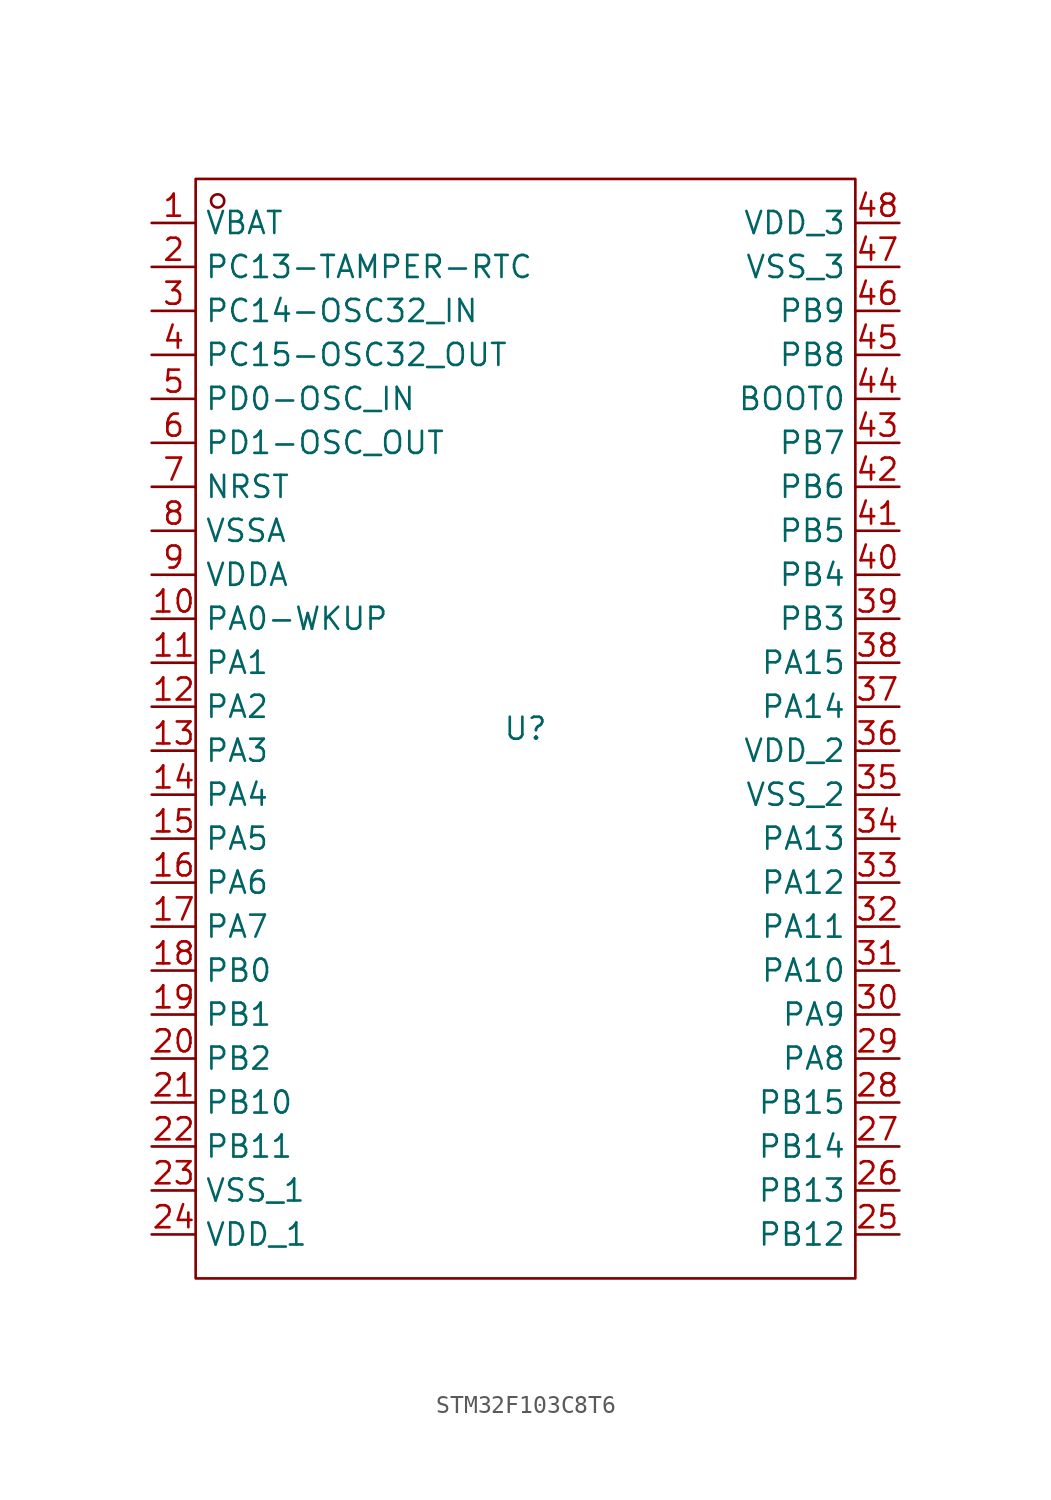
<source format=kicad_sym>
(kicad_symbol_lib
  (version 20241209)
  (generator "kicad_symbol_editor")
  (generator_version "9.0")
  (symbol "STM32F103C8T6"
    (property "Reference" "U"
      (at 0 0 0)
      (effects (font (size 1.27 1.27))))
    (property "Value" ""
      (at 0 0 0)
      (effects (font (size 1.27 1.27))))
    (symbol "STM32F103C8T6_1_0"
      (rectangle (start -19.05 -31.75) (end 19.05 31.75) (stroke (width 0) (type default)) (fill (type none)))
      (circle (center -17.78 30.48) (radius 0.381) (stroke (width 0) (type default)) (fill (type none)))
      (pin unspecified line (at -21.59 29.21 0) (length 2.54) (name "VBAT" (effects (font (size 1.27 1.27)))) (number "1" (effects (font (size 1.27 1.27)))))
      (pin unspecified line (at -21.59 26.67 0) (length 2.54) (name "PC13-TAMPER-RTC" (effects (font (size 1.27 1.27)))) (number "2" (effects (font (size 1.27 1.27)))))
      (pin unspecified line (at -21.59 24.13 0) (length 2.54) (name "PC14-OSC32_IN" (effects (font (size 1.27 1.27)))) (number "3" (effects (font (size 1.27 1.27)))))
      (pin unspecified line (at -21.59 21.59 0) (length 2.54) (name "PC15-OSC32_OUT" (effects (font (size 1.27 1.27)))) (number "4" (effects (font (size 1.27 1.27)))))
      (pin unspecified line (at -21.59 19.05 0) (length 2.54) (name "PD0-OSC_IN" (effects (font (size 1.27 1.27)))) (number "5" (effects (font (size 1.27 1.27)))))
      (pin unspecified line (at -21.59 16.51 0) (length 2.54) (name "PD1-OSC_OUT" (effects (font (size 1.27 1.27)))) (number "6" (effects (font (size 1.27 1.27)))))
      (pin unspecified line (at -21.59 13.97 0) (length 2.54) (name "NRST" (effects (font (size 1.27 1.27)))) (number "7" (effects (font (size 1.27 1.27)))))
      (pin unspecified line (at -21.59 11.43 0) (length 2.54) (name "VSSA" (effects (font (size 1.27 1.27)))) (number "8" (effects (font (size 1.27 1.27)))))
      (pin unspecified line (at -21.59 8.89 0) (length 2.54) (name "VDDA" (effects (font (size 1.27 1.27)))) (number "9" (effects (font (size 1.27 1.27)))))
      (pin unspecified line (at -21.59 6.35 0) (length 2.54) (name "PA0-WKUP" (effects (font (size 1.27 1.27)))) (number "10" (effects (font (size 1.27 1.27)))))
      (pin unspecified line (at -21.59 3.81 0) (length 2.54) (name "PA1" (effects (font (size 1.27 1.27)))) (number "11" (effects (font (size 1.27 1.27)))))
      (pin unspecified line (at -21.59 1.27 0) (length 2.54) (name "PA2" (effects (font (size 1.27 1.27)))) (number "12" (effects (font (size 1.27 1.27)))))
      (pin unspecified line (at -21.59 -1.27 0) (length 2.54) (name "PA3" (effects (font (size 1.27 1.27)))) (number "13" (effects (font (size 1.27 1.27)))))
      (pin unspecified line (at -21.59 -3.81 0) (length 2.54) (name "PA4" (effects (font (size 1.27 1.27)))) (number "14" (effects (font (size 1.27 1.27)))))
      (pin unspecified line (at -21.59 -6.35 0) (length 2.54) (name "PA5" (effects (font (size 1.27 1.27)))) (number "15" (effects (font (size 1.27 1.27)))))
      (pin unspecified line (at -21.59 -8.89 0) (length 2.54) (name "PA6" (effects (font (size 1.27 1.27)))) (number "16" (effects (font (size 1.27 1.27)))))
      (pin unspecified line (at -21.59 -11.43 0) (length 2.54) (name "PA7" (effects (font (size 1.27 1.27)))) (number "17" (effects (font (size 1.27 1.27)))))
      (pin unspecified line (at -21.59 -13.97 0) (length 2.54) (name "PB0" (effects (font (size 1.27 1.27)))) (number "18" (effects (font (size 1.27 1.27)))))
      (pin unspecified line (at -21.59 -16.51 0) (length 2.54) (name "PB1" (effects (font (size 1.27 1.27)))) (number "19" (effects (font (size 1.27 1.27)))))
      (pin unspecified line (at -21.59 -19.05 0) (length 2.54) (name "PB2" (effects (font (size 1.27 1.27)))) (number "20" (effects (font (size 1.27 1.27)))))
      (pin unspecified line (at -21.59 -21.59 0) (length 2.54) (name "PB10" (effects (font (size 1.27 1.27)))) (number "21" (effects (font (size 1.27 1.27)))))
      (pin unspecified line (at -21.59 -24.13 0) (length 2.54) (name "PB11" (effects (font (size 1.27 1.27)))) (number "22" (effects (font (size 1.27 1.27)))))
      (pin unspecified line (at -21.59 -26.67 0) (length 2.54) (name "VSS_1" (effects (font (size 1.27 1.27)))) (number "23" (effects (font (size 1.27 1.27)))))
      (pin unspecified line (at -21.59 -29.21 0) (length 2.54) (name "VDD_1" (effects (font (size 1.27 1.27)))) (number "24" (effects (font (size 1.27 1.27)))))
      (pin unspecified line (at 21.59 29.21 180) (length 2.54) (name "VDD_3" (effects (font (size 1.27 1.27)))) (number "48" (effects (font (size 1.27 1.27)))))
      (pin unspecified line (at 21.59 26.67 180) (length 2.54) (name "VSS_3" (effects (font (size 1.27 1.27)))) (number "47" (effects (font (size 1.27 1.27)))))
      (pin unspecified line (at 21.59 24.13 180) (length 2.54) (name "PB9" (effects (font (size 1.27 1.27)))) (number "46" (effects (font (size 1.27 1.27)))))
      (pin unspecified line (at 21.59 21.59 180) (length 2.54) (name "PB8" (effects (font (size 1.27 1.27)))) (number "45" (effects (font (size 1.27 1.27)))))
      (pin unspecified line (at 21.59 19.05 180) (length 2.54) (name "BOOT0" (effects (font (size 1.27 1.27)))) (number "44" (effects (font (size 1.27 1.27)))))
      (pin unspecified line (at 21.59 16.51 180) (length 2.54) (name "PB7" (effects (font (size 1.27 1.27)))) (number "43" (effects (font (size 1.27 1.27)))))
      (pin unspecified line (at 21.59 13.97 180) (length 2.54) (name "PB6" (effects (font (size 1.27 1.27)))) (number "42" (effects (font (size 1.27 1.27)))))
      (pin unspecified line (at 21.59 11.43 180) (length 2.54) (name "PB5" (effects (font (size 1.27 1.27)))) (number "41" (effects (font (size 1.27 1.27)))))
      (pin unspecified line (at 21.59 8.89 180) (length 2.54) (name "PB4" (effects (font (size 1.27 1.27)))) (number "40" (effects (font (size 1.27 1.27)))))
      (pin unspecified line (at 21.59 6.35 180) (length 2.54) (name "PB3" (effects (font (size 1.27 1.27)))) (number "39" (effects (font (size 1.27 1.27)))))
      (pin unspecified line (at 21.59 3.81 180) (length 2.54) (name "PA15" (effects (font (size 1.27 1.27)))) (number "38" (effects (font (size 1.27 1.27)))))
      (pin unspecified line (at 21.59 1.27 180) (length 2.54) (name "PA14" (effects (font (size 1.27 1.27)))) (number "37" (effects (font (size 1.27 1.27)))))
      (pin unspecified line (at 21.59 -1.27 180) (length 2.54) (name "VDD_2" (effects (font (size 1.27 1.27)))) (number "36" (effects (font (size 1.27 1.27)))))
      (pin unspecified line (at 21.59 -3.81 180) (length 2.54) (name "VSS_2" (effects (font (size 1.27 1.27)))) (number "35" (effects (font (size 1.27 1.27)))))
      (pin unspecified line (at 21.59 -6.35 180) (length 2.54) (name "PA13" (effects (font (size 1.27 1.27)))) (number "34" (effects (font (size 1.27 1.27)))))
      (pin unspecified line (at 21.59 -8.89 180) (length 2.54) (name "PA12" (effects (font (size 1.27 1.27)))) (number "33" (effects (font (size 1.27 1.27)))))
      (pin unspecified line (at 21.59 -11.43 180) (length 2.54) (name "PA11" (effects (font (size 1.27 1.27)))) (number "32" (effects (font (size 1.27 1.27)))))
      (pin unspecified line (at 21.59 -13.97 180) (length 2.54) (name "PA10" (effects (font (size 1.27 1.27)))) (number "31" (effects (font (size 1.27 1.27)))))
      (pin unspecified line (at 21.59 -16.51 180) (length 2.54) (name "PA9" (effects (font (size 1.27 1.27)))) (number "30" (effects (font (size 1.27 1.27)))))
      (pin unspecified line (at 21.59 -19.05 180) (length 2.54) (name "PA8" (effects (font (size 1.27 1.27)))) (number "29" (effects (font (size 1.27 1.27)))))
      (pin unspecified line (at 21.59 -21.59 180) (length 2.54) (name "PB15" (effects (font (size 1.27 1.27)))) (number "28" (effects (font (size 1.27 1.27)))))
      (pin unspecified line (at 21.59 -24.13 180) (length 2.54) (name "PB14" (effects (font (size 1.27 1.27)))) (number "27" (effects (font (size 1.27 1.27)))))
      (pin unspecified line (at 21.59 -26.67 180) (length 2.54) (name "PB13" (effects (font (size 1.27 1.27)))) (number "26" (effects (font (size 1.27 1.27)))))
      (pin unspecified line (at 21.59 -29.21 180) (length 2.54) (name "PB12" (effects (font (size 1.27 1.27)))) (number "25" (effects (font (size 1.27 1.27))))))))
</source>
